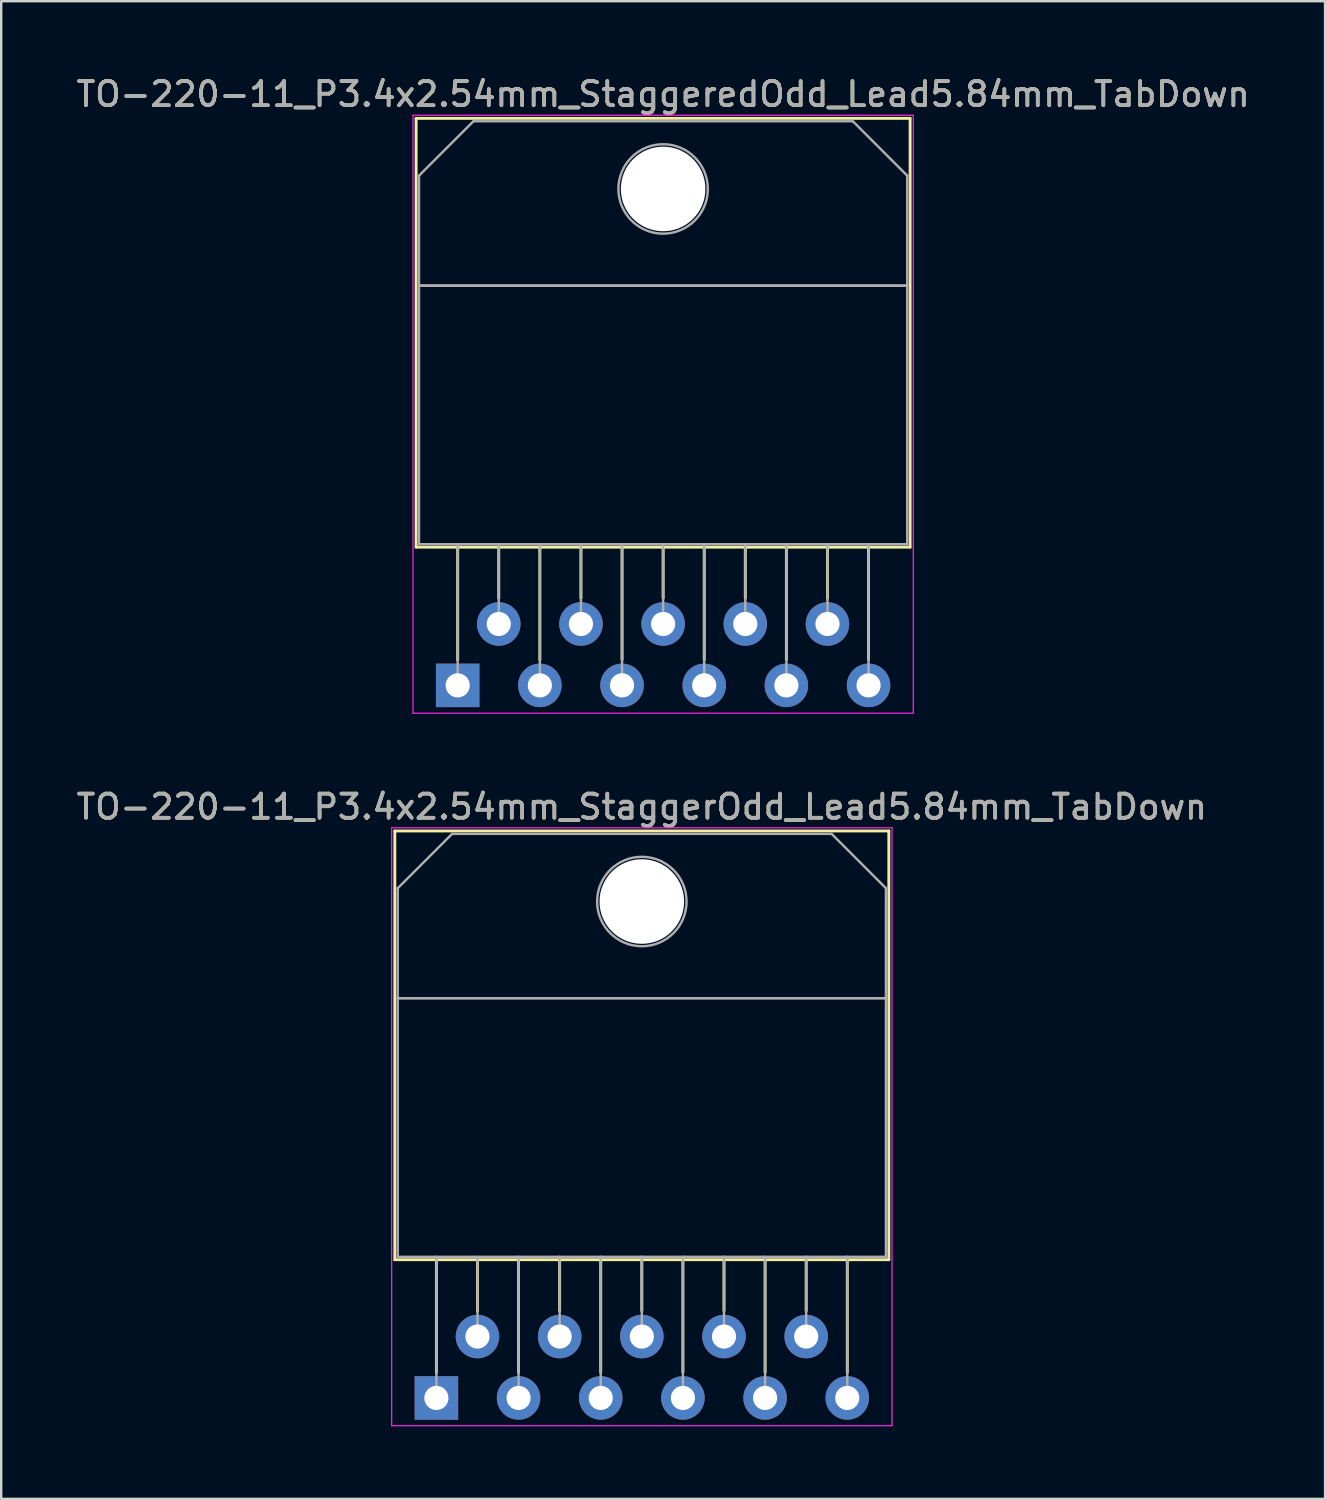
<source format=kicad_pcb>
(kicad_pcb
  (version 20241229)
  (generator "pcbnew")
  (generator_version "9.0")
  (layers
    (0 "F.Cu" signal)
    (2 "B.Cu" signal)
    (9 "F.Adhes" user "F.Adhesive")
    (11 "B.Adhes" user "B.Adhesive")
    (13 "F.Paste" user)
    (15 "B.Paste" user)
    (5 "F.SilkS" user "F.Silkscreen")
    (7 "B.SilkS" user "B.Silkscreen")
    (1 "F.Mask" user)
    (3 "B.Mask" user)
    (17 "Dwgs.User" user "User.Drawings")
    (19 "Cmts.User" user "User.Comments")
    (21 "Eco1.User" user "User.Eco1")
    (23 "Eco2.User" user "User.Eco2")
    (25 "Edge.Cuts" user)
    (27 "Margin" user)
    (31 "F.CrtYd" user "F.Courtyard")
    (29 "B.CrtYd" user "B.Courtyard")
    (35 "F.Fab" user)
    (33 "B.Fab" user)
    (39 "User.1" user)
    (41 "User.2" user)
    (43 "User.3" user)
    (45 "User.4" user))
  (footprint "TO-220-11_P3.4x2.54mm_StaggerOdd_Lead5.84mm_TabDown"
    (layer "F.Cu")
    (at 15.006 54.791)
    (property "Reference" "TO-220-11_P3.4x2.54mm_StaggerOdd_Lead5.84mm_TabDown" (at 8.5 -24.46 0) (layer "F.SilkS") (effects (font (size 1 1) (thickness 0.15))))
    (attr through_hole)
    (fp_line (start -1.72 -23.46) (end -1.72 -5.72) (stroke (width 0.12) (type solid)) (layer "F.SilkS"))
    (fp_line (start -1.72 -23.46) (end 18.72 -23.46) (stroke (width 0.12) (type solid)) (layer "F.SilkS"))
    (fp_line (start -1.72 -5.72) (end 18.72 -5.72) (stroke (width 0.12) (type solid)) (layer "F.SilkS"))
    (fp_line (start 0 -5.72) (end 0 -1.05) (stroke (width 0.12) (type solid)) (layer "F.SilkS"))
    (fp_line (start 1.7 -5.72) (end 1.7 -3.606) (stroke (width 0.12) (type solid)) (layer "F.SilkS"))
    (fp_line (start 3.4 -5.72) (end 3.4 -1.065) (stroke (width 0.12) (type solid)) (layer "F.SilkS"))
    (fp_line (start 5.1 -5.72) (end 5.1 -3.606) (stroke (width 0.12) (type solid)) (layer "F.SilkS"))
    (fp_line (start 6.8 -5.72) (end 6.8 -1.065) (stroke (width 0.12) (type solid)) (layer "F.SilkS"))
    (fp_line (start 8.5 -5.72) (end 8.5 -3.606) (stroke (width 0.12) (type solid)) (layer "F.SilkS"))
    (fp_line (start 10.2 -5.72) (end 10.2 -1.065) (stroke (width 0.12) (type solid)) (layer "F.SilkS"))
    (fp_line (start 11.9 -5.72) (end 11.9 -3.606) (stroke (width 0.12) (type solid)) (layer "F.SilkS"))
    (fp_line (start 13.6 -5.72) (end 13.6 -1.065) (stroke (width 0.12) (type solid)) (layer "F.SilkS"))
    (fp_line (start 15.3 -5.72) (end 15.3 -3.606) (stroke (width 0.12) (type solid)) (layer "F.SilkS"))
    (fp_line (start 17 -5.72) (end 17 -1.065) (stroke (width 0.12) (type solid)) (layer "F.SilkS"))
    (fp_line (start 18.72 -23.46) (end 18.72 -5.72) (stroke (width 0.12) (type solid)) (layer "F.SilkS"))
    (fp_line (start -1.85 -23.59) (end -1.85 1.15) (stroke (width 0.05) (type solid)) (layer "F.CrtYd"))
    (fp_line (start -1.85 1.15) (end 18.85 1.15) (stroke (width 0.05) (type solid)) (layer "F.CrtYd"))
    (fp_line (start 18.85 -23.59) (end -1.85 -23.59) (stroke (width 0.05) (type solid)) (layer "F.CrtYd"))
    (fp_line (start 18.85 1.15) (end 18.85 -23.59) (stroke (width 0.05) (type solid)) (layer "F.CrtYd"))
    (fp_line (start -1.6 -21.09) (end 0.651 -23.34) (stroke (width 0.1) (type solid)) (layer "F.Fab"))
    (fp_line (start -1.6 -16.54) (end -1.6 -21.09) (stroke (width 0.1) (type solid)) (layer "F.Fab"))
    (fp_line (start -1.6 -16.54) (end 18.6 -16.54) (stroke (width 0.1) (type solid)) (layer "F.Fab"))
    (fp_line (start -1.6 -5.84) (end -1.6 -16.54) (stroke (width 0.1) (type solid)) (layer "F.Fab"))
    (fp_line (start 0 -5.84) (end 0 0) (stroke (width 0.1) (type solid)) (layer "F.Fab"))
    (fp_line (start 0.651 -23.34) (end 16.351 -23.34) (stroke (width 0.1) (type solid)) (layer "F.Fab"))
    (fp_line (start 1.7 -5.84) (end 1.7 -2.54) (stroke (width 0.1) (type solid)) (layer "F.Fab"))
    (fp_line (start 3.4 -5.84) (end 3.4 0) (stroke (width 0.1) (type solid)) (layer "F.Fab"))
    (fp_line (start 5.1 -5.84) (end 5.1 -2.54) (stroke (width 0.1) (type solid)) (layer "F.Fab"))
    (fp_line (start 6.8 -5.84) (end 6.8 0) (stroke (width 0.1) (type solid)) (layer "F.Fab"))
    (fp_line (start 8.5 -5.84) (end 8.5 -2.54) (stroke (width 0.1) (type solid)) (layer "F.Fab"))
    (fp_line (start 10.2 -5.84) (end 10.2 0) (stroke (width 0.1) (type solid)) (layer "F.Fab"))
    (fp_line (start 11.9 -5.84) (end 11.9 -2.54) (stroke (width 0.1) (type solid)) (layer "F.Fab"))
    (fp_line (start 13.6 -5.84) (end 13.6 0) (stroke (width 0.1) (type solid)) (layer "F.Fab"))
    (fp_line (start 15.3 -5.84) (end 15.3 -2.54) (stroke (width 0.1) (type solid)) (layer "F.Fab"))
    (fp_line (start 16.351 -23.34) (end 18.6 -21.09) (stroke (width 0.1) (type solid)) (layer "F.Fab"))
    (fp_line (start 17 -5.84) (end 17 0) (stroke (width 0.1) (type solid)) (layer "F.Fab"))
    (fp_line (start 18.6 -21.09) (end 18.6 -16.54) (stroke (width 0.1) (type solid)) (layer "F.Fab"))
    (fp_line (start 18.6 -16.54) (end -1.6 -16.54) (stroke (width 0.1) (type solid)) (layer "F.Fab"))
    (fp_line (start 18.6 -16.54) (end 18.6 -5.84) (stroke (width 0.1) (type solid)) (layer "F.Fab"))
    (fp_line (start 18.6 -5.84) (end -1.6 -5.84) (stroke (width 0.1) (type solid)) (layer "F.Fab"))
    (fp_circle (center 8.5 -20.54) (end 10.35 -20.54) (stroke (width 0.1) (type solid)) (fill no) (layer "F.Fab"))
    (fp_text user "${REFERENCE}" (at 8.5 -24.46 0) (layer "F.Fab") (effects (font (size 1 1) (thickness 0.15))))
    (pad "" np_thru_hole oval (at 8.5 -20.54) (size 3.5 3.5) (drill 3.5) (layers "*.Cu" "*.Mask"))
    (pad "1" thru_hole rect (at 0 0) (size 1.8 1.8) (drill 1) (layers "*.Cu" "*.Mask"))
    (pad "2" thru_hole oval (at 1.7 -2.54) (size 1.8 1.8) (drill 1) (layers "*.Cu" "*.Mask"))
    (pad "3" thru_hole oval (at 3.4 0) (size 1.8 1.8) (drill 1) (layers "*.Cu" "*.Mask"))
    (pad "4" thru_hole oval (at 5.1 -2.54) (size 1.8 1.8) (drill 1) (layers "*.Cu" "*.Mask"))
    (pad "5" thru_hole oval (at 6.8 0) (size 1.8 1.8) (drill 1) (layers "*.Cu" "*.Mask"))
    (pad "6" thru_hole oval (at 8.5 -2.54) (size 1.8 1.8) (drill 1) (layers "*.Cu" "*.Mask"))
    (pad "7" thru_hole oval (at 10.2 0) (size 1.8 1.8) (drill 1) (layers "*.Cu" "*.Mask"))
    (pad "8" thru_hole oval (at 11.9 -2.54) (size 1.8 1.8) (drill 1) (layers "*.Cu" "*.Mask"))
    (pad "9" thru_hole oval (at 13.6 0) (size 1.8 1.8) (drill 1) (layers "*.Cu" "*.Mask"))
    (pad "10" thru_hole oval (at 15.3 -2.54) (size 1.8 1.8) (drill 1) (layers "*.Cu" "*.Mask"))
    (pad "11" thru_hole oval (at 17 0) (size 1.8 1.8) (drill 1) (layers "*.Cu" "*.Mask")))
  (footprint "TO-220-11_P3.4x2.54mm_StaggeredOdd_Lead5.84mm_TabDown"
    (layer "F.Cu")
    (at 15.887 25.308)
    (property "Reference" "TO-220-11_P3.4x2.54mm_StaggeredOdd_Lead5.84mm_TabDown" (at 8.5 -24.46 0) (layer "F.SilkS") (effects (font (size 1 1) (thickness 0.15))))
    (attr through_hole)
    (fp_line (start -1.72 -23.46) (end -1.72 -5.72) (stroke (width 0.12) (type solid)) (layer "F.SilkS"))
    (fp_line (start -1.72 -23.46) (end 18.72 -23.46) (stroke (width 0.12) (type solid)) (layer "F.SilkS"))
    (fp_line (start -1.72 -5.72) (end 18.72 -5.72) (stroke (width 0.12) (type solid)) (layer "F.SilkS"))
    (fp_line (start 0 -5.72) (end 0 -1.05) (stroke (width 0.12) (type solid)) (layer "F.SilkS"))
    (fp_line (start 1.7 -5.72) (end 1.7 -3.606) (stroke (width 0.12) (type solid)) (layer "F.SilkS"))
    (fp_line (start 3.4 -5.72) (end 3.4 -1.065) (stroke (width 0.12) (type solid)) (layer "F.SilkS"))
    (fp_line (start 5.1 -5.72) (end 5.1 -3.606) (stroke (width 0.12) (type solid)) (layer "F.SilkS"))
    (fp_line (start 6.8 -5.72) (end 6.8 -1.065) (stroke (width 0.12) (type solid)) (layer "F.SilkS"))
    (fp_line (start 8.5 -5.72) (end 8.5 -3.606) (stroke (width 0.12) (type solid)) (layer "F.SilkS"))
    (fp_line (start 10.2 -5.72) (end 10.2 -1.065) (stroke (width 0.12) (type solid)) (layer "F.SilkS"))
    (fp_line (start 11.9 -5.72) (end 11.9 -3.606) (stroke (width 0.12) (type solid)) (layer "F.SilkS"))
    (fp_line (start 13.6 -5.72) (end 13.6 -1.065) (stroke (width 0.12) (type solid)) (layer "F.SilkS"))
    (fp_line (start 15.3 -5.72) (end 15.3 -3.606) (stroke (width 0.12) (type solid)) (layer "F.SilkS"))
    (fp_line (start 17 -5.72) (end 17 -1.065) (stroke (width 0.12) (type solid)) (layer "F.SilkS"))
    (fp_line (start 18.72 -23.46) (end 18.72 -5.72) (stroke (width 0.12) (type solid)) (layer "F.SilkS"))
    (fp_line (start -1.85 -23.59) (end -1.85 1.15) (stroke (width 0.05) (type solid)) (layer "F.CrtYd"))
    (fp_line (start -1.85 1.15) (end 18.85 1.15) (stroke (width 0.05) (type solid)) (layer "F.CrtYd"))
    (fp_line (start 18.85 -23.59) (end -1.85 -23.59) (stroke (width 0.05) (type solid)) (layer "F.CrtYd"))
    (fp_line (start 18.85 1.15) (end 18.85 -23.59) (stroke (width 0.05) (type solid)) (layer "F.CrtYd"))
    (fp_line (start -1.6 -21.09) (end 0.651 -23.34) (stroke (width 0.1) (type solid)) (layer "F.Fab"))
    (fp_line (start -1.6 -16.54) (end -1.6 -21.09) (stroke (width 0.1) (type solid)) (layer "F.Fab"))
    (fp_line (start -1.6 -16.54) (end 18.6 -16.54) (stroke (width 0.1) (type solid)) (layer "F.Fab"))
    (fp_line (start -1.6 -5.84) (end -1.6 -16.54) (stroke (width 0.1) (type solid)) (layer "F.Fab"))
    (fp_line (start 0 -5.84) (end 0 0) (stroke (width 0.1) (type solid)) (layer "F.Fab"))
    (fp_line (start 0.651 -23.34) (end 16.351 -23.34) (stroke (width 0.1) (type solid)) (layer "F.Fab"))
    (fp_line (start 1.7 -5.84) (end 1.7 -2.54) (stroke (width 0.1) (type solid)) (layer "F.Fab"))
    (fp_line (start 3.4 -5.84) (end 3.4 0) (stroke (width 0.1) (type solid)) (layer "F.Fab"))
    (fp_line (start 5.1 -5.84) (end 5.1 -2.54) (stroke (width 0.1) (type solid)) (layer "F.Fab"))
    (fp_line (start 6.8 -5.84) (end 6.8 0) (stroke (width 0.1) (type solid)) (layer "F.Fab"))
    (fp_line (start 8.5 -5.84) (end 8.5 -2.54) (stroke (width 0.1) (type solid)) (layer "F.Fab"))
    (fp_line (start 10.2 -5.84) (end 10.2 0) (stroke (width 0.1) (type solid)) (layer "F.Fab"))
    (fp_line (start 11.9 -5.84) (end 11.9 -2.54) (stroke (width 0.1) (type solid)) (layer "F.Fab"))
    (fp_line (start 13.6 -5.84) (end 13.6 0) (stroke (width 0.1) (type solid)) (layer "F.Fab"))
    (fp_line (start 15.3 -5.84) (end 15.3 -2.54) (stroke (width 0.1) (type solid)) (layer "F.Fab"))
    (fp_line (start 16.351 -23.34) (end 18.6 -21.09) (stroke (width 0.1) (type solid)) (layer "F.Fab"))
    (fp_line (start 17 -5.84) (end 17 0) (stroke (width 0.1) (type solid)) (layer "F.Fab"))
    (fp_line (start 18.6 -21.09) (end 18.6 -16.54) (stroke (width 0.1) (type solid)) (layer "F.Fab"))
    (fp_line (start 18.6 -16.54) (end -1.6 -16.54) (stroke (width 0.1) (type solid)) (layer "F.Fab"))
    (fp_line (start 18.6 -16.54) (end 18.6 -5.84) (stroke (width 0.1) (type solid)) (layer "F.Fab"))
    (fp_line (start 18.6 -5.84) (end -1.6 -5.84) (stroke (width 0.1) (type solid)) (layer "F.Fab"))
    (fp_circle (center 8.5 -20.54) (end 10.35 -20.54) (stroke (width 0.1) (type solid)) (fill no) (layer "F.Fab"))
    (fp_text user "${REFERENCE}" (at 8.5 -24.46 0) (layer "F.Fab") (effects (font (size 1 1) (thickness 0.15))))
    (pad "" np_thru_hole oval (at 8.5 -20.54) (size 3.5 3.5) (drill 3.5) (layers "*.Cu" "*.Mask"))
    (pad "1" thru_hole rect (at 0 0) (size 1.8 1.8) (drill 1) (layers "*.Cu" "*.Mask"))
    (pad "2" thru_hole oval (at 1.7 -2.54) (size 1.8 1.8) (drill 1) (layers "*.Cu" "*.Mask"))
    (pad "3" thru_hole oval (at 3.4 0) (size 1.8 1.8) (drill 1) (layers "*.Cu" "*.Mask"))
    (pad "4" thru_hole oval (at 5.1 -2.54) (size 1.8 1.8) (drill 1) (layers "*.Cu" "*.Mask"))
    (pad "5" thru_hole oval (at 6.8 0) (size 1.8 1.8) (drill 1) (layers "*.Cu" "*.Mask"))
    (pad "6" thru_hole oval (at 8.5 -2.54) (size 1.8 1.8) (drill 1) (layers "*.Cu" "*.Mask"))
    (pad "7" thru_hole oval (at 10.2 0) (size 1.8 1.8) (drill 1) (layers "*.Cu" "*.Mask"))
    (pad "8" thru_hole oval (at 11.9 -2.54) (size 1.8 1.8) (drill 1) (layers "*.Cu" "*.Mask"))
    (pad "9" thru_hole oval (at 13.6 0) (size 1.8 1.8) (drill 1) (layers "*.Cu" "*.Mask"))
    (pad "10" thru_hole oval (at 15.3 -2.54) (size 1.8 1.8) (drill 1) (layers "*.Cu" "*.Mask"))
    (pad "11" thru_hole oval (at 17 0) (size 1.8 1.8) (drill 1) (layers "*.Cu" "*.Mask")))
  (gr_rect
    (start -3 -3)
    (end 51.774 58.967)
    (stroke (width 0.1) (type default))
    (fill no)
    (layer "Edge.Cuts")))
</source>
